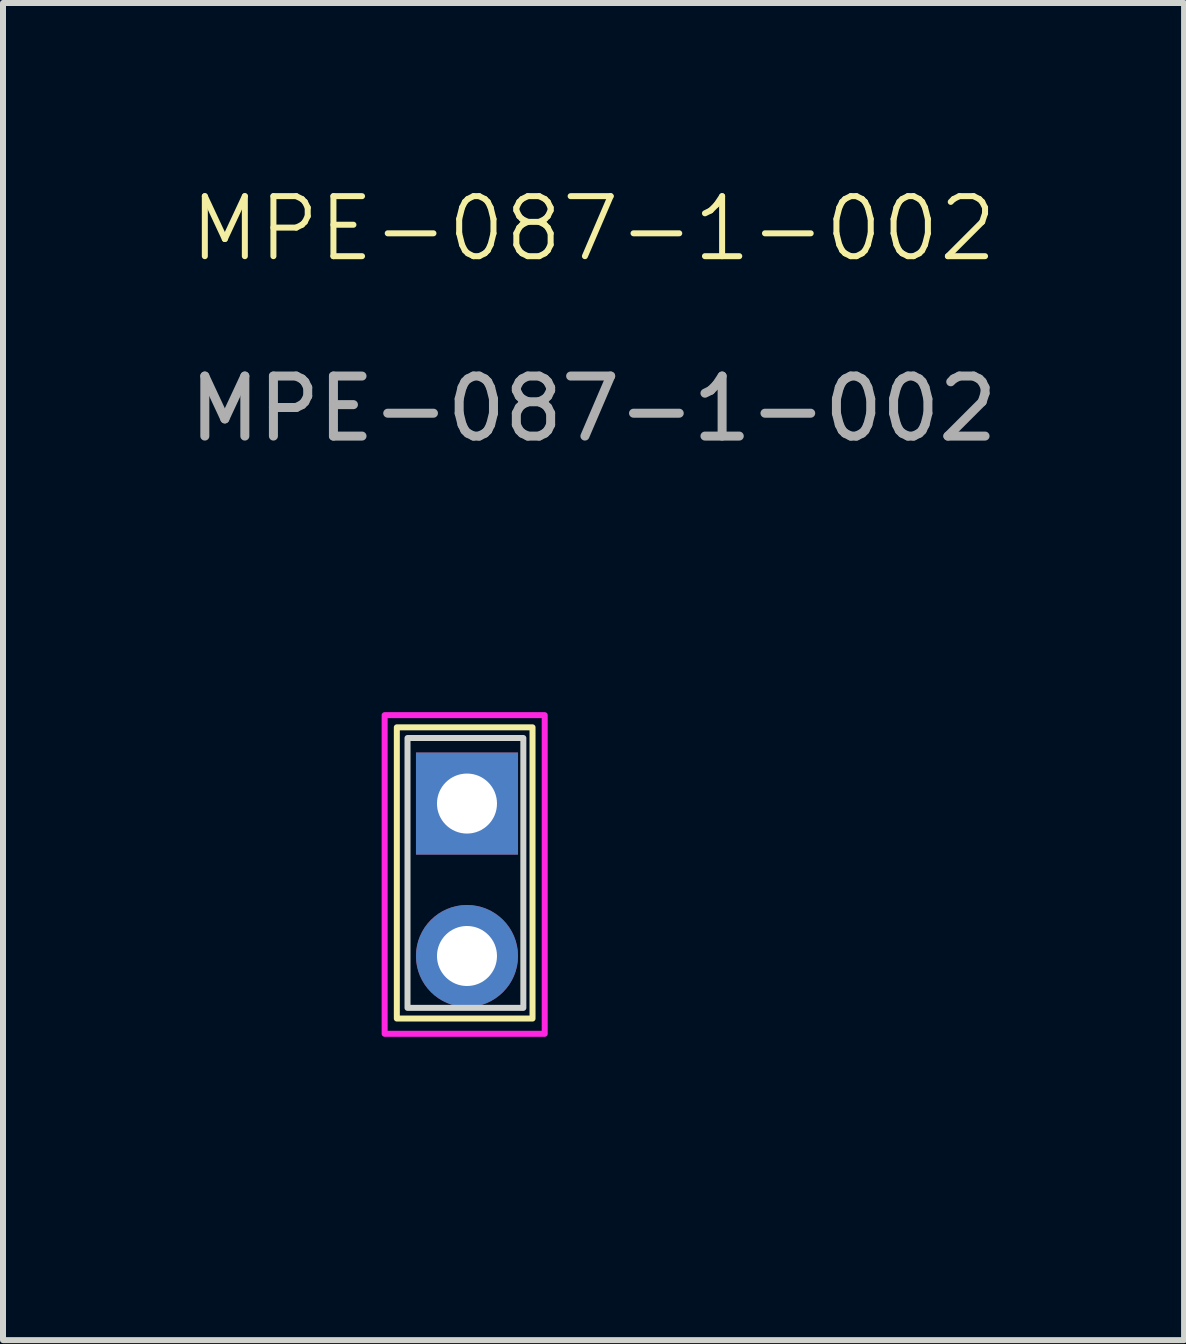
<source format=kicad_pcb>
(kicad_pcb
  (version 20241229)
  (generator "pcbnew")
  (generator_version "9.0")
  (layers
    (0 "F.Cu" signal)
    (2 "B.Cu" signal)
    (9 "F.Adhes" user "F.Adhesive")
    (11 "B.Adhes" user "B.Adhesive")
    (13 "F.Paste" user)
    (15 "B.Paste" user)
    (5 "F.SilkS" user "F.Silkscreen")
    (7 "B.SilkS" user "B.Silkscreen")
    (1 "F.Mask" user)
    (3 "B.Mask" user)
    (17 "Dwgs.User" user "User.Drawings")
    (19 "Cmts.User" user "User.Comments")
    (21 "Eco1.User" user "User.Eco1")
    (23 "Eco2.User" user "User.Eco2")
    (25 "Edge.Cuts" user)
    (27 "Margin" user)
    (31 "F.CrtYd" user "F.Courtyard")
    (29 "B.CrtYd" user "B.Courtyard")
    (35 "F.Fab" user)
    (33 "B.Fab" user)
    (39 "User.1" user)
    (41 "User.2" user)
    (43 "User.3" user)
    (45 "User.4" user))
  (footprint "MPE-087-1-002"
    (layer "F.Cu")
    (at 6.915 16.029)
    (property "Reference" "MPE-087-1-002" (at -0.076 -15.268 0) (unlocked yes) (layer "F.SilkS") (effects (font (size 1 1) (thickness 0.1))))
    (attr smd)
    (fp_rect (start -3.353 -6.96) (end -1.092 -2.108) (stroke (width 0.1) (type default)) (fill no) (layer "F.SilkS"))
    (fp_rect (start -3.175 -6.782) (end -1.245 -2.286) (stroke (width 0.1) (type default)) (fill no) (layer "Edge.Cuts"))
    (fp_rect (start -3.556 -7.163) (end -0.889 -1.854) (stroke (width 0.1) (type default)) (fill no) (layer "F.CrtYd"))
    (fp_text user "${REFERENCE}" (at -0.076 -12.268 0) (unlocked yes) (layer "F.Fab") (effects (font (size 1 1) (thickness 0.15))))
    (pad "1" thru_hole rect (at -2.184 -5.69) (size 1.7 1.7) (drill 1) (layers "*.Cu" "*.Mask"))
    (pad "2" thru_hole oval (at -2.184 -3.15) (size 1.7 1.7) (drill 1) (layers "*.Cu" "*.Mask")))
  (gr_rect
    (start -3 -3)
    (end 16.679 19.279)
    (stroke (width 0.1) (type default))
    (fill no)
    (layer "Edge.Cuts")))
</source>
